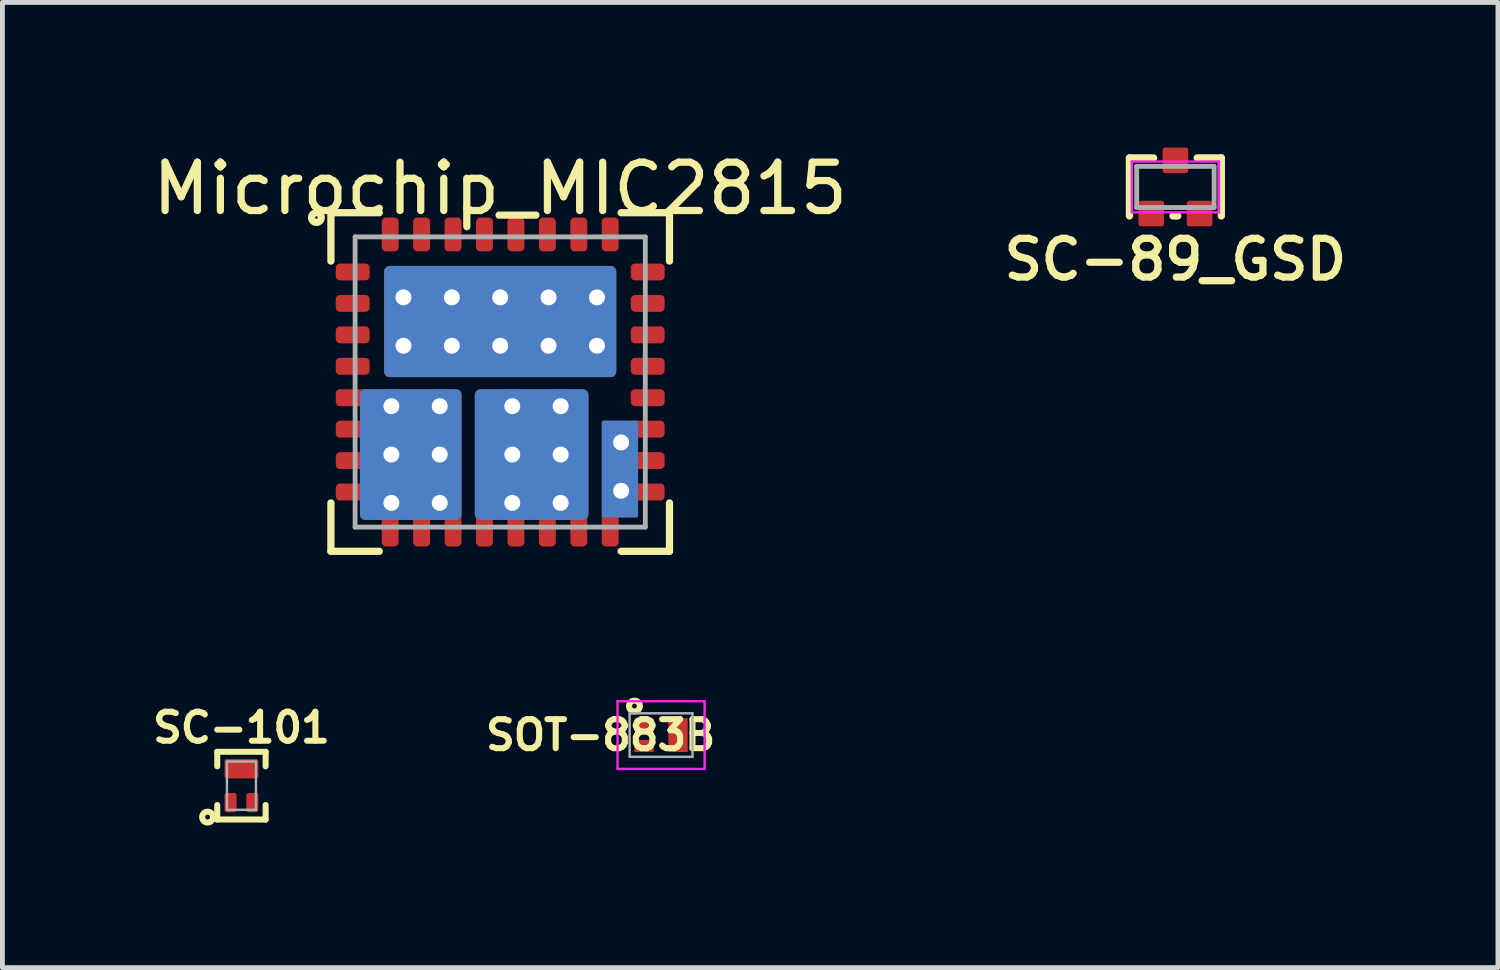
<source format=kicad_pcb>
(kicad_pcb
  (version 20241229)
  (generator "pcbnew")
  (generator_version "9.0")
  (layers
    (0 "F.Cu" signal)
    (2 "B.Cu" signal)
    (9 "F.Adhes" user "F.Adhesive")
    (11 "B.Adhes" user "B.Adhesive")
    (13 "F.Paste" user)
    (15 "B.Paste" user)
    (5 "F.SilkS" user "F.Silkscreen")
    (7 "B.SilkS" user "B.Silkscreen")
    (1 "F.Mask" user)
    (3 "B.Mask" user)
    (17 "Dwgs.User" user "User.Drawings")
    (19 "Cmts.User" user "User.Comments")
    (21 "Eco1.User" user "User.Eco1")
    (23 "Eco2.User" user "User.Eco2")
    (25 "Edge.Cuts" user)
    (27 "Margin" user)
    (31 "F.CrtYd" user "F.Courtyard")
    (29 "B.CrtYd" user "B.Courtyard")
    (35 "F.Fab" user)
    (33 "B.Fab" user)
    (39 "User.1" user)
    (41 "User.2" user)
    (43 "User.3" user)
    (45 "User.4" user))
  (footprint "SC-89_GSD"
    (layer "F.Cu")
    (at 21.252 0.815)
    (property "Reference" "SC-89_GSD" (at 0 1.5 180) (layer "F.SilkS") (effects (font (size 0.8 0.8) (thickness 0.15))))
    (attr through_hole)
    (fp_line (start -0.95 -0.6) (end -0.95 0.6) (stroke (width 0.15) (type solid)) (layer "F.SilkS"))
    (fp_line (start -0.95 -0.6) (end -0.45 -0.6) (stroke (width 0.15) (type solid)) (layer "F.SilkS"))
    (fp_line (start -0.05 0.6) (end 0.05 0.6) (stroke (width 0.15) (type solid)) (layer "F.SilkS"))
    (fp_line (start 0.95 -0.6) (end 0.45 -0.6) (stroke (width 0.15) (type solid)) (layer "F.SilkS"))
    (fp_line (start 0.95 0.6) (end 0.95 -0.6) (stroke (width 0.15) (type solid)) (layer "F.SilkS"))
    (fp_line (start -0.9 -0.525) (end 0.9 -0.525) (stroke (width 0.05) (type solid)) (layer "F.CrtYd"))
    (fp_line (start -0.9 0.525) (end -0.9 -0.525) (stroke (width 0.05) (type solid)) (layer "F.CrtYd"))
    (fp_line (start 0.9 -0.525) (end 0.9 0.525) (stroke (width 0.05) (type solid)) (layer "F.CrtYd"))
    (fp_line (start 0.9 0.525) (end -0.9 0.525) (stroke (width 0.05) (type solid)) (layer "F.CrtYd"))
    (fp_line (start -0.8 -0.425) (end 0.8 -0.425) (stroke (width 0.1) (type solid)) (layer "F.Fab"))
    (fp_line (start -0.8 0.425) (end -0.8 -0.425) (stroke (width 0.1) (type solid)) (layer "F.Fab"))
    (fp_line (start 0.8 -0.425) (end 0.8 0.425) (stroke (width 0.1) (type solid)) (layer "F.Fab"))
    (fp_line (start 0.8 0.425) (end -0.8 0.425) (stroke (width 0.1) (type solid)) (layer "F.Fab"))
    (pad "" smd circle (at -0.5 0.55) (size 0.53 0.53) (layers "F.Paste"))
    (pad "" smd circle (at 0 -0.55) (size 0.53 0.53) (layers "F.Paste"))
    (pad "" smd circle (at 0.5 0.55) (size 0.53 0.53) (layers "F.Paste"))
    (pad "D" smd roundrect (at 0 -0.55) (size 0.53 0.53) (layers "F.Cu" "F.Mask") (roundrect_rratio 0.1))
    (pad "G" smd roundrect (at -0.5 0.55) (size 0.53 0.53) (layers "F.Cu" "F.Mask") (roundrect_rratio 0.1))
    (pad "S" smd roundrect (at 0.5 0.55) (size 0.53 0.53) (layers "F.Cu" "F.Mask") (roundrect_rratio 0.1)))
  (footprint "Microchip_MIC2815"
    (layer "F.Cu")
    (at 7.292 4.848)
    (property "Reference" "Microchip_MIC2815" (at 0 -4 0) (layer "F.SilkS") (effects (font (size 1 1) (thickness 0.15))))
    (attr smd)
    (fp_line (start -3.5 -3.5) (end -2.5 -3.5) (stroke (width 0.15) (type solid)) (layer "F.SilkS"))
    (fp_line (start -3.5 -2.5) (end -3.5 -3.5) (stroke (width 0.15) (type solid)) (layer "F.SilkS"))
    (fp_line (start -3.5 3.5) (end -3.5 2.5) (stroke (width 0.15) (type solid)) (layer "F.SilkS"))
    (fp_line (start -2.5 3.5) (end -3.5 3.5) (stroke (width 0.15) (type solid)) (layer "F.SilkS"))
    (fp_line (start 2.5 -3.5) (end 3.5 -3.5) (stroke (width 0.15) (type solid)) (layer "F.SilkS"))
    (fp_line (start 3.5 -3.5) (end 3.5 -2.5) (stroke (width 0.15) (type solid)) (layer "F.SilkS"))
    (fp_line (start 3.5 2.5) (end 3.5 3.5) (stroke (width 0.15) (type solid)) (layer "F.SilkS"))
    (fp_line (start 3.5 3.5) (end 2.5 3.5) (stroke (width 0.15) (type solid)) (layer "F.SilkS"))
    (fp_circle (center -3.8 -3.4) (end -3.7 -3.4) (stroke (width 0.15) (type solid)) (fill no) (layer "F.SilkS"))
    (fp_line (start -3 -3) (end -3 3) (stroke (width 0.1) (type solid)) (layer "F.Fab"))
    (fp_line (start -3 -3) (end 3 -3) (stroke (width 0.1) (type solid)) (layer "F.Fab"))
    (fp_line (start -3 3) (end 3 3) (stroke (width 0.1) (type solid)) (layer "F.Fab"))
    (fp_line (start 3 3) (end 3 -3) (stroke (width 0.1) (type solid)) (layer "F.Fab"))
    (pad "1" smd oval (at -3.05 -2.275 180) (size 0.6 0.3) (layers "F.Cu" "F.Paste"))
    (pad "1" smd roundrect (at -3.05 -2.275) (size 0.7 0.35) (layers "F.Cu" "F.Mask") (roundrect_rratio 0.25))
    (pad "2" smd oval (at -3.05 -1.625 180) (size 0.6 0.3) (layers "F.Cu" "F.Paste"))
    (pad "2" smd roundrect (at -3.05 -1.625) (size 0.7 0.35) (layers "F.Cu" "F.Mask") (roundrect_rratio 0.25))
    (pad "3" smd oval (at -3.05 -0.975 180) (size 0.6 0.3) (layers "F.Cu" "F.Paste"))
    (pad "3" smd roundrect (at -3.05 -0.975) (size 0.7 0.35) (layers "F.Cu" "F.Mask") (roundrect_rratio 0.25))
    (pad "4" smd oval (at -3.05 -0.325 180) (size 0.6 0.3) (layers "F.Cu" "F.Paste"))
    (pad "4" smd roundrect (at -3.05 -0.325) (size 0.7 0.35) (layers "F.Cu" "F.Mask") (roundrect_rratio 0.25))
    (pad "5" smd roundrect (at -3.05 0.325) (size 0.7 0.35) (layers "F.Cu" "F.Mask") (roundrect_rratio 0.25))
    (pad "5" smd roundrect (at -3.05 0.975) (size 0.7 0.35) (layers "F.Cu" "F.Mask") (roundrect_rratio 0.25))
    (pad "5" smd roundrect (at -3.05 1.625) (size 0.7 0.35) (layers "F.Cu" "F.Mask") (roundrect_rratio 0.25))
    (pad "5" smd roundrect (at -3.05 2.275) (size 0.7 0.35) (layers "F.Cu" "F.Mask") (roundrect_rratio 0.25))
    (pad "5" smd roundrect (at -2.275 3.05 90) (size 0.7 0.35) (layers "F.Cu" "F.Mask") (roundrect_rratio 0.25))
    (pad "5" thru_hole circle (at -2.25 0.5 180) (size 0.7 0.7) (drill 0.33) (layers "*.Cu"))
    (pad "5" thru_hole circle (at -2.25 1.5 180) (size 0.7 0.7) (drill 0.33) (layers "*.Cu"))
    (pad "5" thru_hole circle (at -2.25 2.5 180) (size 0.7 0.7) (drill 0.33) (layers "*.Cu"))
    (pad "5" smd roundrect (at -2 1.75 180) (size 1.3 2) (layers "F.Cu" "F.Paste") (roundrect_rratio 0.25))
    (pad "5" smd roundrect (at -1.85 1.5 180) (size 2.1 2.7) (layers "F.Cu" "F.Mask") (roundrect_rratio 0.05))
    (pad "5" smd roundrect (at -1.85 1.5 180) (size 2.1 2.7) (layers "B.Cu" "B.Mask") (roundrect_rratio 0.05))
    (pad "5" smd roundrect (at -1.625 3.05 90) (size 0.7 0.35) (layers "F.Cu" "F.Mask") (roundrect_rratio 0.25))
    (pad "5" thru_hole circle (at -1.25 0.5 180) (size 0.7 0.7) (drill 0.33) (layers "*.Cu"))
    (pad "5" thru_hole circle (at -1.25 1.5 180) (size 0.7 0.7) (drill 0.33) (layers "*.Cu"))
    (pad "5" thru_hole circle (at -1.25 2.5 180) (size 0.7 0.7) (drill 0.33) (layers "*.Cu"))
    (pad "5" smd roundrect (at -0.975 3.05 90) (size 0.7 0.35) (layers "F.Cu" "F.Mask") (roundrect_rratio 0.25))
    (pad "12" smd roundrect (at -0.325 3.05 90) (size 0.7 0.35) (layers "F.Cu" "F.Mask") (roundrect_rratio 0.25))
    (pad "12" thru_hole circle (at 0.25 0.5 180) (size 0.7 0.7) (drill 0.33) (layers "*.Cu"))
    (pad "12" thru_hole circle (at 0.25 1.5 180) (size 0.7 0.7) (drill 0.33) (layers "*.Cu"))
    (pad "12" thru_hole circle (at 0.25 2.5 180) (size 0.7 0.7) (drill 0.33) (layers "*.Cu"))
    (pad "12" smd roundrect (at 0.325 3.05 90) (size 0.7 0.35) (layers "F.Cu" "F.Mask") (roundrect_rratio 0.25))
    (pad "12" smd roundrect (at 0.65 1.5 180) (size 2.35 2.7) (layers "F.Cu" "F.Mask") (roundrect_rratio 0.05))
    (pad "12" smd roundrect (at 0.65 1.5 180) (size 2.35 2.7) (layers "B.Cu" "B.Mask") (roundrect_rratio 0.05))
    (pad "12" smd roundrect (at 0.75 1.5 180) (size 1.6 2) (layers "F.Cu" "F.Paste") (roundrect_rratio 0.25))
    (pad "12" smd roundrect (at 0.975 3.05 90) (size 0.7 0.35) (layers "F.Cu" "F.Mask") (roundrect_rratio 0.25))
    (pad "12" thru_hole circle (at 1.25 0.5 180) (size 0.7 0.7) (drill 0.33) (layers "*.Cu"))
    (pad "12" thru_hole circle (at 1.25 1.5 180) (size 0.7 0.7) (drill 0.33) (layers "*.Cu"))
    (pad "12" thru_hole circle (at 1.25 2.5 180) (size 0.7 0.7) (drill 0.33) (layers "*.Cu"))
    (pad "12" smd roundrect (at 1.625 3.05 90) (size 0.7 0.35) (layers "F.Cu" "F.Mask") (roundrect_rratio 0.25))
    (pad "16" smd roundrect (at 2.275 3.05 90) (size 0.7 0.35) (layers "F.Cu" "F.Mask") (roundrect_rratio 0.25))
    (pad "16" smd roundrect (at 2.475 1.8 180) (size 0.75 2) (layers "F.Cu" "F.Mask") (roundrect_rratio 0.05))
    (pad "16" smd roundrect (at 2.475 1.8 180) (size 0.75 2) (layers "B.Cu" "B.Mask") (roundrect_rratio 0.05))
    (pad "16" thru_hole circle (at 2.5 1.25 180) (size 0.7 0.7) (drill 0.33) (layers "*.Cu"))
    (pad "16" smd roundrect (at 2.5 1.25 180) (size 0.7 0.7) (layers "F.Cu" "F.Paste") (roundrect_rratio 0.25))
    (pad "16" thru_hole circle (at 2.5 2.25 180) (size 0.7 0.7) (drill 0.33) (layers "*.Cu"))
    (pad "16" smd roundrect (at 2.5 2.25 180) (size 0.7 0.7) (layers "F.Cu" "F.Paste") (roundrect_rratio 0.25))
    (pad "16" smd roundrect (at 3.05 0.975 180) (size 0.7 0.35) (layers "F.Cu" "F.Mask") (roundrect_rratio 0.25))
    (pad "16" smd roundrect (at 3.05 1.625 180) (size 0.7 0.35) (layers "F.Cu" "F.Mask") (roundrect_rratio 0.25))
    (pad "16" smd roundrect (at 3.05 2.275 180) (size 0.7 0.35) (layers "F.Cu" "F.Mask") (roundrect_rratio 0.25))
    (pad "20" smd oval (at 3.05 0.325 180) (size 0.6 0.3) (layers "F.Cu" "F.Paste"))
    (pad "20" smd roundrect (at 3.05 0.325 180) (size 0.7 0.35) (layers "F.Cu" "F.Mask") (roundrect_rratio 0.25))
    (pad "21" smd oval (at 3.05 -0.325 180) (size 0.6 0.3) (layers "F.Cu" "F.Paste"))
    (pad "21" smd roundrect (at 3.05 -0.325 180) (size 0.7 0.35) (layers "F.Cu" "F.Mask") (roundrect_rratio 0.25))
    (pad "22" smd oval (at 3.05 -0.975 180) (size 0.6 0.3) (layers "F.Cu" "F.Paste"))
    (pad "22" smd roundrect (at 3.05 -0.975 180) (size 0.7 0.35) (layers "F.Cu" "F.Mask") (roundrect_rratio 0.25))
    (pad "23" smd oval (at 3.05 -1.625 180) (size 0.6 0.3) (layers "F.Cu" "F.Paste"))
    (pad "23" smd roundrect (at 3.05 -1.625 180) (size 0.7 0.35) (layers "F.Cu" "F.Mask") (roundrect_rratio 0.25))
    (pad "24" smd oval (at 3.05 -2.275 180) (size 0.6 0.3) (layers "F.Cu" "F.Paste"))
    (pad "24" smd roundrect (at 3.05 -2.275 180) (size 0.7 0.35) (layers "F.Cu" "F.Mask") (roundrect_rratio 0.25))
    (pad "25" smd oval (at 2.275 -3.05 90) (size 0.6 0.3) (layers "F.Cu" "F.Paste"))
    (pad "25" smd roundrect (at 2.275 -3.05 90) (size 0.7 0.35) (layers "F.Cu" "F.Mask") (roundrect_rratio 0.25))
    (pad "26" smd oval (at 1.625 -3.05 90) (size 0.6 0.3) (layers "F.Cu" "F.Paste"))
    (pad "26" smd roundrect (at 1.625 -3.05 90) (size 0.7 0.35) (layers "F.Cu" "F.Mask") (roundrect_rratio 0.25))
    (pad "27" smd oval (at 0.975 -3.05 90) (size 0.6 0.3) (layers "F.Cu" "F.Paste"))
    (pad "27" smd roundrect (at 0.975 -3.05 90) (size 0.7 0.35) (layers "F.Cu" "F.Mask") (roundrect_rratio 0.25))
    (pad "28" smd oval (at 0.325 -3.05 90) (size 0.6 0.3) (layers "F.Cu" "F.Paste"))
    (pad "28" smd roundrect (at 0.325 -3.05 90) (size 0.7 0.35) (layers "F.Cu" "F.Mask") (roundrect_rratio 0.25))
    (pad "29" smd oval (at -0.325 -3.05 90) (size 0.6 0.3) (layers "F.Cu" "F.Paste"))
    (pad "29" smd roundrect (at -0.325 -3.05 90) (size 0.7 0.35) (layers "F.Cu" "F.Mask") (roundrect_rratio 0.25))
    (pad "30" smd oval (at -0.975 -3.05 90) (size 0.6 0.3) (layers "F.Cu" "F.Paste"))
    (pad "30" smd roundrect (at -0.975 -3.05 90) (size 0.7 0.35) (layers "F.Cu" "F.Mask") (roundrect_rratio 0.25))
    (pad "31" smd oval (at -1.625 -3.05 90) (size 0.6 0.3) (layers "F.Cu" "F.Paste"))
    (pad "31" smd roundrect (at -1.625 -3.05 90) (size 0.7 0.35) (layers "F.Cu" "F.Mask") (roundrect_rratio 0.25))
    (pad "32" smd oval (at -2.275 -3.05 90) (size 0.6 0.3) (layers "F.Cu" "F.Paste"))
    (pad "32" smd roundrect (at -2.275 -3.05 90) (size 0.7 0.35) (layers "F.Cu" "F.Mask") (roundrect_rratio 0.25))
    (pad "33" thru_hole circle (at -2 -1.75 180) (size 0.7 0.7) (drill 0.33) (layers "*.Cu"))
    (pad "33" thru_hole circle (at -2 -0.75 180) (size 0.7 0.7) (drill 0.33) (layers "*.Cu"))
    (pad "33" smd roundrect (at -1.5 -1.25 180) (size 1.1 2) (layers "F.Cu" "F.Paste") (roundrect_rratio 0.25))
    (pad "33" thru_hole circle (at -1 -1.75 180) (size 0.7 0.7) (drill 0.33) (layers "*.Cu"))
    (pad "33" thru_hole circle (at -1 -0.75 180) (size 0.7 0.7) (drill 0.33) (layers "*.Cu"))
    (pad "33" thru_hole circle (at 0 -1.75 180) (size 0.7 0.7) (drill 0.33) (layers "*.Cu"))
    (pad "33" smd roundrect (at 0 -1.25 180) (size 1.1 2) (layers "F.Cu" "F.Paste") (roundrect_rratio 0.25))
    (pad "33" smd roundrect (at 0 -1.25 180) (size 4.8 2.3) (layers "F.Cu" "F.Mask") (roundrect_rratio 0.05))
    (pad "33" smd roundrect (at 0 -1.25 180) (size 4.8 2.3) (layers "B.Cu" "B.Mask") (roundrect_rratio 0.05))
    (pad "33" thru_hole circle (at 0 -0.75 180) (size 0.7 0.7) (drill 0.33) (layers "*.Cu"))
    (pad "33" thru_hole circle (at 1 -1.75 180) (size 0.7 0.7) (drill 0.33) (layers "*.Cu"))
    (pad "33" thru_hole circle (at 1 -0.75 180) (size 0.7 0.7) (drill 0.33) (layers "*.Cu"))
    (pad "33" smd roundrect (at 1.5 -1.25 180) (size 1.1 2) (layers "F.Cu" "F.Paste") (roundrect_rratio 0.25))
    (pad "33" thru_hole circle (at 2 -1.75 180) (size 0.7 0.7) (drill 0.33) (layers "*.Cu"))
    (pad "33" thru_hole circle (at 2 -0.75 180) (size 0.7 0.7) (drill 0.33) (layers "*.Cu")))
  (footprint "SC-101"
    (layer "F.Cu")
    (at 1.942 13.194)
    (property "Reference" "SC-101" (at 0 -1.2 0) (layer "F.SilkS") (effects (font (size 0.6 0.6) (thickness 0.125))))
    (attr smd)
    (fp_line (start -0.5 -0.7) (end -0.5 -0.4) (stroke (width 0.125) (type solid)) (layer "F.SilkS"))
    (fp_line (start -0.5 -0.7) (end 0.5 -0.7) (stroke (width 0.125) (type solid)) (layer "F.SilkS"))
    (fp_line (start -0.5 0.7) (end -0.5 0.4) (stroke (width 0.125) (type solid)) (layer "F.SilkS"))
    (fp_line (start -0.5 0.7) (end 0.5 0.7) (stroke (width 0.125) (type solid)) (layer "F.SilkS"))
    (fp_line (start 0.5 -0.7) (end 0.5 -0.4) (stroke (width 0.125) (type solid)) (layer "F.SilkS"))
    (fp_line (start 0.5 0.7) (end 0.5 0.4) (stroke (width 0.125) (type solid)) (layer "F.SilkS"))
    (fp_circle (center -0.7 0.65) (end -0.7 0.7) (stroke (width 0.125) (type solid)) (fill no) (layer "F.SilkS"))
    (fp_line (start -0.3 -0.5) (end 0.3 -0.5) (stroke (width 0.05) (type solid)) (layer "F.Fab"))
    (fp_line (start -0.3 0.5) (end -0.3 -0.5) (stroke (width 0.05) (type solid)) (layer "F.Fab"))
    (fp_line (start 0.3 -0.5) (end 0.3 0.5) (stroke (width 0.05) (type solid)) (layer "F.Fab"))
    (fp_line (start 0.3 0.5) (end -0.3 0.5) (stroke (width 0.05) (type solid)) (layer "F.Fab"))
    (pad "1" smd roundrect (at -0.225 0.35) (size 0.25 0.4) (layers "F.Cu" "F.Mask" "F.Paste") (roundrect_rratio 0.2))
    (pad "2" smd roundrect (at 0.225 0.35) (size 0.25 0.4) (layers "F.Cu" "F.Mask" "F.Paste") (roundrect_rratio 0.2))
    (pad "3" smd roundrect (at 0 -0.35) (size 0.7 0.4) (layers "F.Cu" "F.Mask" "F.Paste") (roundrect_rratio 0.125)))
  (footprint "SOT-883B"
    (layer "F.Cu")
    (at 10.618 12.148)
    (property "Reference" "SOT-883B" (at -1.25 0 0) (layer "F.SilkS") (effects (font (size 0.6 0.6) (thickness 0.125))))
    (attr smd)
    (fp_circle (center -0.55 -0.6) (end -0.5 -0.6) (stroke (width 0.125) (type solid)) (fill no) (layer "F.SilkS"))
    (fp_line (start -0.9 -0.7) (end 0.9 -0.7) (stroke (width 0.05) (type solid)) (layer "F.CrtYd"))
    (fp_line (start -0.9 0.7) (end -0.9 -0.7) (stroke (width 0.05) (type solid)) (layer "F.CrtYd"))
    (fp_line (start 0.9 -0.7) (end 0.9 0.7) (stroke (width 0.05) (type solid)) (layer "F.CrtYd"))
    (fp_line (start 0.9 0.7) (end -0.9 0.7) (stroke (width 0.05) (type solid)) (layer "F.CrtYd"))
    (fp_line (start -0.65 -0.45) (end 0.65 -0.45) (stroke (width 0.05) (type solid)) (layer "F.Fab"))
    (fp_line (start -0.65 0.45) (end -0.65 -0.45) (stroke (width 0.05) (type solid)) (layer "F.Fab"))
    (fp_line (start 0.65 -0.45) (end 0.65 0.45) (stroke (width 0.05) (type solid)) (layer "F.Fab"))
    (fp_line (start 0.65 0.45) (end -0.65 0.45) (stroke (width 0.05) (type solid)) (layer "F.Fab"))
    (pad "1" smd rect (at -0.35 -0.225) (size 0.4 0.25) (layers "F.Cu" "F.Mask" "F.Paste"))
    (pad "2" smd rect (at -0.35 0.225) (size 0.4 0.25) (layers "F.Cu" "F.Mask" "F.Paste"))
    (pad "3" smd rect (at 0.35 0) (size 0.4 0.7) (layers "F.Cu" "F.Mask" "F.Paste")))
  (gr_rect
    (start -3 -3)
    (end 27.921 16.956)
    (stroke (width 0.1) (type default))
    (fill no)
    (layer "Edge.Cuts")))
</source>
